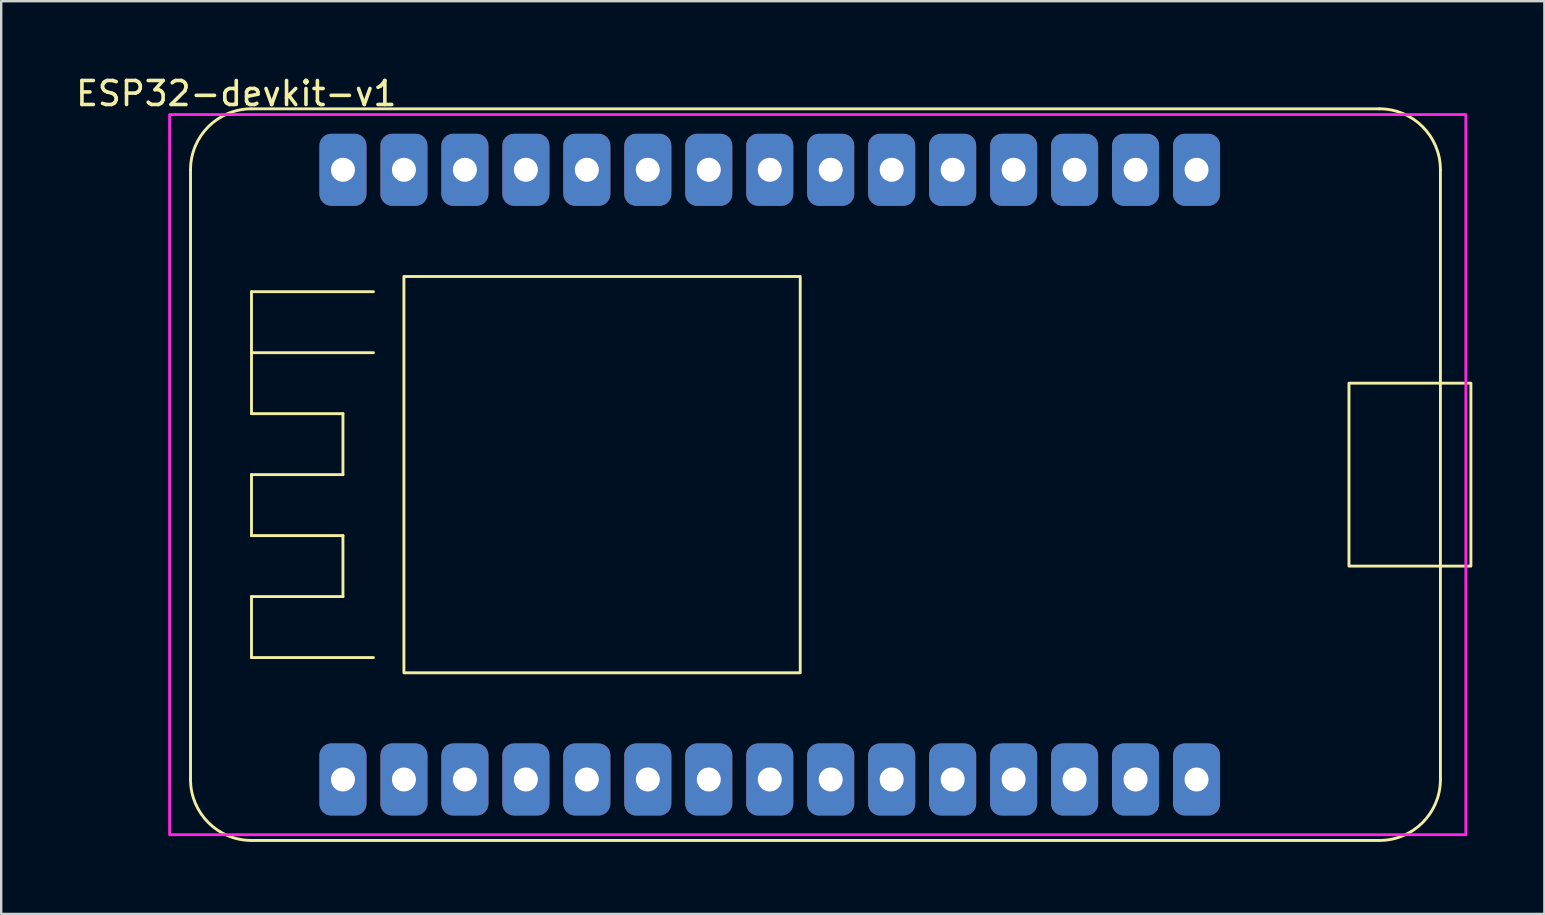
<source format=kicad_pcb>
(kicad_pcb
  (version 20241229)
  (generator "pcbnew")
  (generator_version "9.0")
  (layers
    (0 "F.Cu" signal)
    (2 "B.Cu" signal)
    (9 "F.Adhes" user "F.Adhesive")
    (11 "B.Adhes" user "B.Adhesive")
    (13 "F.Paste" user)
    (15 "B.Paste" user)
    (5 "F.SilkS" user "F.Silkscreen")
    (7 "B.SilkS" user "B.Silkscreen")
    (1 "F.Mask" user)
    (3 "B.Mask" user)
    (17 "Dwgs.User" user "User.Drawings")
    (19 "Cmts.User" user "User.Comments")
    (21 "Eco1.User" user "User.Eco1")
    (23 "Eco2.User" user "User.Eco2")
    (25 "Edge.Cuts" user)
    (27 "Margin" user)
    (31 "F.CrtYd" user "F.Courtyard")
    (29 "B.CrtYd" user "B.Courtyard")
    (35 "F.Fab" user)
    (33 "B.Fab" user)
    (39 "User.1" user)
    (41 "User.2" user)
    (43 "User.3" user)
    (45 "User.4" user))
  (footprint "ESP32-devkit-v1"
    (layer "F.Cu")
    (at 29.017 16.723)
    (property "Reference" "ESP32-devkit-v1" (at -22.225 -15.875 180) (layer "F.SilkS") (effects (font (size 1 1) (thickness 0.15))))
    (fp_line (start -24.13 -12.7) (end -24.13 12.7) (stroke (width 0.12) (type solid)) (layer "F.SilkS"))
    (fp_line (start -21.59 -7.62) (end -16.51 -7.62) (stroke (width 0.12) (type solid)) (layer "F.SilkS"))
    (fp_line (start -21.59 -5.08) (end -21.59 -7.62) (stroke (width 0.12) (type solid)) (layer "F.SilkS"))
    (fp_line (start -21.59 -5.08) (end -16.51 -5.08) (stroke (width 0.12) (type solid)) (layer "F.SilkS"))
    (fp_line (start -21.59 -2.54) (end -21.59 -5.08) (stroke (width 0.12) (type solid)) (layer "F.SilkS"))
    (fp_line (start -21.59 0) (end -17.78 0) (stroke (width 0.12) (type solid)) (layer "F.SilkS"))
    (fp_line (start -21.59 2.54) (end -21.59 0) (stroke (width 0.12) (type solid)) (layer "F.SilkS"))
    (fp_line (start -21.59 5.08) (end -17.78 5.08) (stroke (width 0.12) (type solid)) (layer "F.SilkS"))
    (fp_line (start -21.59 7.62) (end -21.59 5.08) (stroke (width 0.12) (type solid)) (layer "F.SilkS"))
    (fp_line (start -21.59 15.24) (end 25.4 15.24) (stroke (width 0.12) (type solid)) (layer "F.SilkS"))
    (fp_line (start -17.78 -2.54) (end -21.59 -2.54) (stroke (width 0.12) (type solid)) (layer "F.SilkS"))
    (fp_line (start -17.78 0) (end -17.78 -2.54) (stroke (width 0.12) (type solid)) (layer "F.SilkS"))
    (fp_line (start -17.78 2.54) (end -21.59 2.54) (stroke (width 0.12) (type solid)) (layer "F.SilkS"))
    (fp_line (start -17.78 5.08) (end -17.78 2.54) (stroke (width 0.12) (type solid)) (layer "F.SilkS"))
    (fp_line (start -16.51 7.62) (end -21.59 7.62) (stroke (width 0.12) (type solid)) (layer "F.SilkS"))
    (fp_line (start 25.4 -15.24) (end -21.59 -15.24) (stroke (width 0.12) (type solid)) (layer "F.SilkS"))
    (fp_line (start 27.94 12.7) (end 27.94 -12.7) (stroke (width 0.12) (type solid)) (layer "F.SilkS"))
    (fp_rect (start -15.24 -8.255) (end 1.27 8.255) (stroke (width 0.12) (type solid)) (fill no) (layer "F.SilkS"))
    (fp_rect (start 24.13 -3.81) (end 29.21 3.81) (stroke (width 0.12) (type solid)) (fill no) (layer "F.SilkS"))
    (fp_arc (start -24.13 -12.7) (mid -23.386051 -14.496051) (end -21.59 -15.24) (stroke (width 0.12) (type solid)) (layer "F.SilkS"))
    (fp_arc (start -21.59 15.24) (mid -23.386051 14.496051) (end -24.13 12.7) (stroke (width 0.12) (type solid)) (layer "F.SilkS"))
    (fp_arc (start 25.4 -15.24) (mid 27.196051 -14.496051) (end 27.94 -12.7) (stroke (width 0.12) (type solid)) (layer "F.SilkS"))
    (fp_arc (start 27.94 12.7) (mid 27.196051 14.496051) (end 25.4 15.24) (stroke (width 0.12) (type solid)) (layer "F.SilkS"))
    (fp_rect (start -25 -15) (end 29 15) (stroke (width 0.12) (type solid)) (fill no) (layer "F.CrtYd"))
    (pad "1" thru_hole roundrect (at -17.78 12.7) (size 1.96 3) (drill 1) (layers "*.Cu" "*.Mask") (roundrect_rratio 0.25))
    (pad "2" thru_hole roundrect (at -15.24 12.7) (size 1.96 3) (drill 1) (layers "*.Cu" "*.Mask") (roundrect_rratio 0.25))
    (pad "3" thru_hole roundrect (at -12.7 12.7) (size 1.96 3) (drill 1) (layers "*.Cu" "*.Mask") (roundrect_rratio 0.25))
    (pad "4" thru_hole roundrect (at -10.16 12.7) (size 1.96 3) (drill 1) (layers "*.Cu" "*.Mask") (roundrect_rratio 0.25))
    (pad "5" thru_hole roundrect (at -7.62 12.7) (size 1.96 3) (drill 1) (layers "*.Cu" "*.Mask") (roundrect_rratio 0.25))
    (pad "6" thru_hole roundrect (at -5.08 12.7) (size 1.96 3) (drill 1) (layers "*.Cu" "*.Mask") (roundrect_rratio 0.25))
    (pad "7" thru_hole roundrect (at -2.54 12.7) (size 1.96 3) (drill 1) (layers "*.Cu" "*.Mask") (roundrect_rratio 0.25))
    (pad "8" thru_hole roundrect (at 0 12.7) (size 1.96 3) (drill 1) (layers "*.Cu" "*.Mask") (roundrect_rratio 0.25))
    (pad "9" thru_hole roundrect (at 2.54 12.7) (size 1.96 3) (drill 1) (layers "*.Cu" "*.Mask") (roundrect_rratio 0.25))
    (pad "10" thru_hole roundrect (at 5.08 12.7) (size 1.96 3) (drill 1) (layers "*.Cu" "*.Mask") (roundrect_rratio 0.25))
    (pad "11" thru_hole roundrect (at 7.62 12.7) (size 1.96 3) (drill 1) (layers "*.Cu" "*.Mask") (roundrect_rratio 0.25))
    (pad "12" thru_hole roundrect (at 10.16 12.7) (size 1.96 3) (drill 1) (layers "*.Cu" "*.Mask") (roundrect_rratio 0.25))
    (pad "13" thru_hole roundrect (at 12.7 12.7) (size 1.96 3) (drill 1) (layers "*.Cu" "*.Mask") (roundrect_rratio 0.25))
    (pad "14" thru_hole roundrect (at 15.24 12.7) (size 1.96 3) (drill 1) (layers "*.Cu" "*.Mask") (roundrect_rratio 0.25))
    (pad "15" thru_hole roundrect (at 17.78 12.7) (size 1.96 3) (drill 1) (layers "*.Cu" "*.Mask") (roundrect_rratio 0.25))
    (pad "16" thru_hole roundrect (at 17.78 -12.7) (size 1.96 3) (drill 1) (layers "*.Cu" "*.Mask") (roundrect_rratio 0.25))
    (pad "17" thru_hole roundrect (at 15.24 -12.7) (size 1.96 3) (drill 1) (layers "*.Cu" "*.Mask") (roundrect_rratio 0.25))
    (pad "18" thru_hole roundrect (at 12.7 -12.7) (size 1.96 3) (drill 1) (layers "*.Cu" "*.Mask") (roundrect_rratio 0.25))
    (pad "19" thru_hole roundrect (at 10.16 -12.7) (size 1.96 3) (drill 1) (layers "*.Cu" "*.Mask") (roundrect_rratio 0.25))
    (pad "20" thru_hole roundrect (at 7.62 -12.7) (size 1.96 3) (drill 1) (layers "*.Cu" "*.Mask") (roundrect_rratio 0.25))
    (pad "21" thru_hole roundrect (at 5.08 -12.7) (size 1.96 3) (drill 1) (layers "*.Cu" "*.Mask") (roundrect_rratio 0.25))
    (pad "22" thru_hole roundrect (at 2.54 -12.7) (size 1.96 3) (drill 1) (layers "*.Cu" "*.Mask") (roundrect_rratio 0.25))
    (pad "23" thru_hole roundrect (at 0 -12.7) (size 1.96 3) (drill 1) (layers "*.Cu" "*.Mask") (roundrect_rratio 0.25))
    (pad "24" thru_hole roundrect (at -2.54 -12.7) (size 1.96 3) (drill 1) (layers "*.Cu" "*.Mask") (roundrect_rratio 0.25))
    (pad "25" thru_hole roundrect (at -5.08 -12.7) (size 1.96 3) (drill 1) (layers "*.Cu" "*.Mask") (roundrect_rratio 0.25))
    (pad "26" thru_hole roundrect (at -7.62 -12.7) (size 1.96 3) (drill 1) (layers "*.Cu" "*.Mask") (roundrect_rratio 0.25))
    (pad "27" thru_hole roundrect (at -10.16 -12.7) (size 1.96 3) (drill 1) (layers "*.Cu" "*.Mask") (roundrect_rratio 0.25))
    (pad "28" thru_hole roundrect (at -12.7 -12.7) (size 1.96 3) (drill 1) (layers "*.Cu" "*.Mask") (roundrect_rratio 0.25))
    (pad "29" thru_hole roundrect (at -15.24 -12.7) (size 1.96 3) (drill 1) (layers "*.Cu" "*.Mask") (roundrect_rratio 0.25))
    (pad "30" thru_hole roundrect (at -17.78 -12.7) (size 1.96 3) (drill 1) (layers "*.Cu" "*.Mask") (roundrect_rratio 0.25)))
  (gr_rect
    (start -3 -3)
    (end 61.287 35.023)
    (stroke (width 0.1) (type default))
    (fill no)
    (layer "Edge.Cuts")))
</source>
